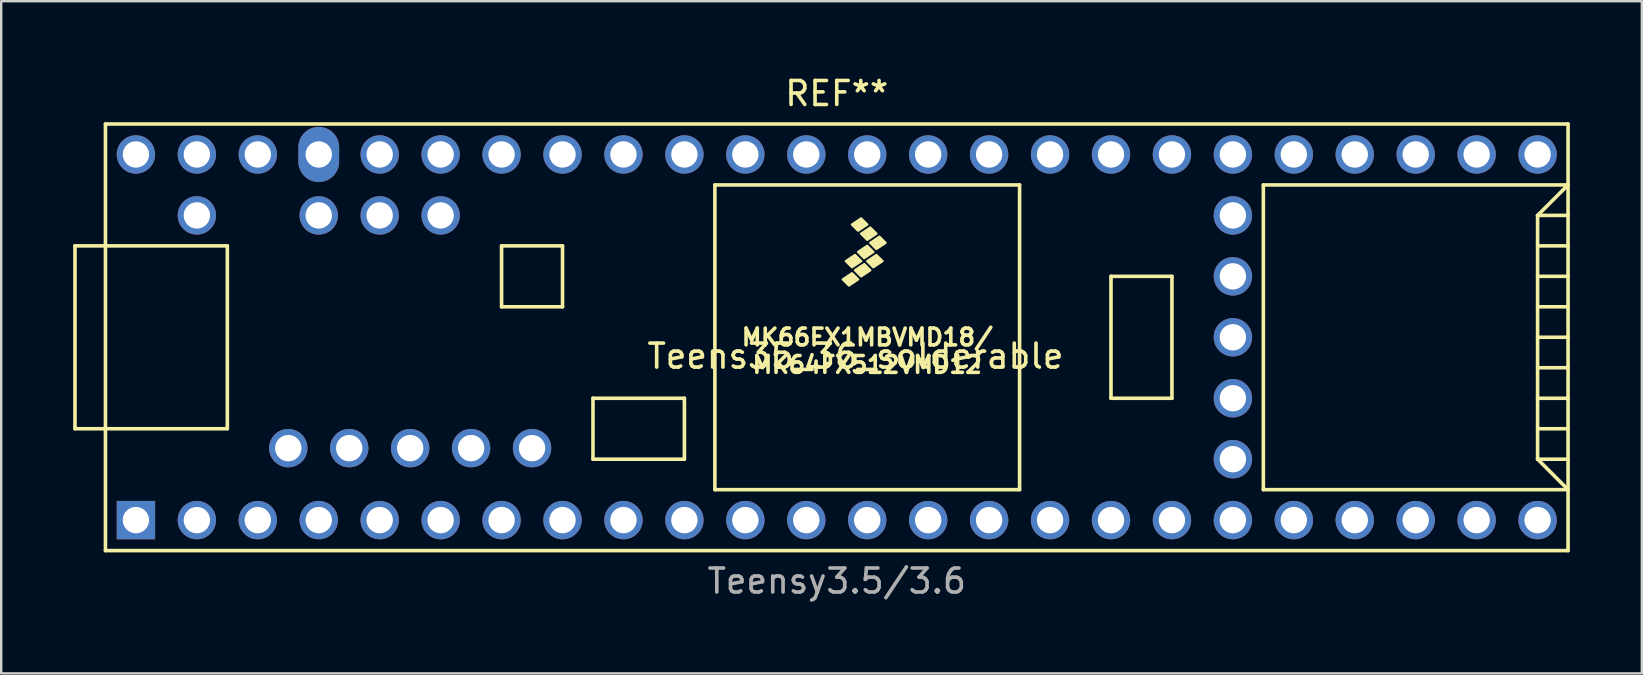
<source format=kicad_pcb>
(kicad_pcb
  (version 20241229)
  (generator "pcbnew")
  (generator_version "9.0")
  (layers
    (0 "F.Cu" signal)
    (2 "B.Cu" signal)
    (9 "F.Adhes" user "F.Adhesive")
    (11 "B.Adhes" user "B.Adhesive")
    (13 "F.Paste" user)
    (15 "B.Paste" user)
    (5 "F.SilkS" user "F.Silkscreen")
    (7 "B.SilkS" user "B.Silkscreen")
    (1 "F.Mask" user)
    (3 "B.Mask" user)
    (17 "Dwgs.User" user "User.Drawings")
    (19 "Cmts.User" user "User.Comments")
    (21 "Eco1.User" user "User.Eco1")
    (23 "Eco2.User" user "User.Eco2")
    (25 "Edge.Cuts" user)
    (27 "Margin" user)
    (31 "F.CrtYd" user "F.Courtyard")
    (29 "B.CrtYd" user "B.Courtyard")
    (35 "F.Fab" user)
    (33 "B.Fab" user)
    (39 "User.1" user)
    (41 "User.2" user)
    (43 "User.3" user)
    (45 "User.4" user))
  (footprint "Teens35_36_solderable"
    (layer "F.Cu")
    (at 32.605 11.295)
    (property "Reference" "Teens35_36_solderable" (at 0 0.5 0) (layer "F.SilkS") (effects (font (size 1 1) (thickness 0.15))))
    (attr through_hole)
    (fp_line (start -32.53 -4.097) (end -31.26 -4.097) (stroke (width 0.15) (type solid)) (layer "F.SilkS"))
    (fp_line (start -32.53 3.523) (end -32.53 -4.097) (stroke (width 0.15) (type solid)) (layer "F.SilkS"))
    (fp_line (start -31.26 3.523) (end -32.53 3.523) (stroke (width 0.15) (type solid)) (layer "F.SilkS"))
    (fp_line (start -31.26 8.603) (end -31.26 -9.177) (stroke (width 0.15) (type solid)) (layer "F.SilkS"))
    (fp_line (start -31.26 8.603) (end 29.7 8.603) (stroke (width 0.15) (type solid)) (layer "F.SilkS"))
    (fp_line (start -26.18 -4.097) (end -31.26 -4.097) (stroke (width 0.15) (type solid)) (layer "F.SilkS"))
    (fp_line (start -26.18 3.523) (end -31.26 3.523) (stroke (width 0.15) (type solid)) (layer "F.SilkS"))
    (fp_line (start -26.18 3.523) (end -26.18 -4.097) (stroke (width 0.15) (type solid)) (layer "F.SilkS"))
    (fp_line (start -14.75 -4.097) (end -14.75 -1.557) (stroke (width 0.15) (type solid)) (layer "F.SilkS"))
    (fp_line (start -14.75 -1.557) (end -12.21 -1.557) (stroke (width 0.15) (type solid)) (layer "F.SilkS"))
    (fp_line (start -12.21 -4.097) (end -14.75 -4.097) (stroke (width 0.15) (type solid)) (layer "F.SilkS"))
    (fp_line (start -12.21 -1.557) (end -12.21 -4.097) (stroke (width 0.15) (type solid)) (layer "F.SilkS"))
    (fp_line (start -10.94 2.253) (end -7.13 2.253) (stroke (width 0.15) (type solid)) (layer "F.SilkS"))
    (fp_line (start -10.94 4.793) (end -10.94 2.253) (stroke (width 0.15) (type solid)) (layer "F.SilkS"))
    (fp_line (start -7.13 2.253) (end -7.13 4.793) (stroke (width 0.15) (type solid)) (layer "F.SilkS"))
    (fp_line (start -7.13 4.793) (end -10.94 4.793) (stroke (width 0.15) (type solid)) (layer "F.SilkS"))
    (fp_line (start -5.86 -6.637) (end -5.86 6.063) (stroke (width 0.15) (type solid)) (layer "F.SilkS"))
    (fp_line (start -5.86 -6.637) (end 6.84 -6.637) (stroke (width 0.15) (type solid)) (layer "F.SilkS"))
    (fp_line (start -5.86 6.063) (end 6.84 6.063) (stroke (width 0.15) (type solid)) (layer "F.SilkS"))
    (fp_line (start 6.84 6.063) (end 6.84 -6.637) (stroke (width 0.15) (type solid)) (layer "F.SilkS"))
    (fp_line (start 10.65 -2.827) (end 13.19 -2.827) (stroke (width 0.15) (type solid)) (layer "F.SilkS"))
    (fp_line (start 10.65 2.253) (end 10.65 -2.827) (stroke (width 0.15) (type solid)) (layer "F.SilkS"))
    (fp_line (start 13.19 -2.827) (end 13.19 2.253) (stroke (width 0.15) (type solid)) (layer "F.SilkS"))
    (fp_line (start 13.19 2.253) (end 10.65 2.253) (stroke (width 0.15) (type solid)) (layer "F.SilkS"))
    (fp_line (start 17 -6.637) (end 17 6.063) (stroke (width 0.15) (type solid)) (layer "F.SilkS"))
    (fp_line (start 17 6.063) (end 29.7 6.063) (stroke (width 0.15) (type solid)) (layer "F.SilkS"))
    (fp_line (start 28.43 -5.367) (end 29.7 -6.637) (stroke (width 0.15) (type solid)) (layer "F.SilkS"))
    (fp_line (start 28.43 -5.367) (end 29.7 -5.367) (stroke (width 0.15) (type solid)) (layer "F.SilkS"))
    (fp_line (start 28.43 -4.097) (end 29.7 -4.097) (stroke (width 0.15) (type solid)) (layer "F.SilkS"))
    (fp_line (start 28.43 -2.827) (end 29.7 -2.827) (stroke (width 0.15) (type solid)) (layer "F.SilkS"))
    (fp_line (start 28.43 -1.557) (end 29.7 -1.557) (stroke (width 0.15) (type solid)) (layer "F.SilkS"))
    (fp_line (start 28.43 -0.287) (end 29.7 -0.287) (stroke (width 0.15) (type solid)) (layer "F.SilkS"))
    (fp_line (start 28.43 0.983) (end 29.7 0.983) (stroke (width 0.15) (type solid)) (layer "F.SilkS"))
    (fp_line (start 28.43 2.253) (end 29.7 2.253) (stroke (width 0.15) (type solid)) (layer "F.SilkS"))
    (fp_line (start 28.43 3.523) (end 29.7 3.523) (stroke (width 0.15) (type solid)) (layer "F.SilkS"))
    (fp_line (start 28.43 4.793) (end 28.43 -5.367) (stroke (width 0.15) (type solid)) (layer "F.SilkS"))
    (fp_line (start 28.43 4.793) (end 29.7 4.793) (stroke (width 0.15) (type solid)) (layer "F.SilkS"))
    (fp_line (start 29.7 -9.177) (end -31.26 -9.177) (stroke (width 0.15) (type solid)) (layer "F.SilkS"))
    (fp_line (start 29.7 -9.177) (end 29.7 8.603) (stroke (width 0.15) (type solid)) (layer "F.SilkS"))
    (fp_line (start 29.7 -6.637) (end 17 -6.637) (stroke (width 0.15) (type solid)) (layer "F.SilkS"))
    (fp_line (start 29.7 6.063) (end 28.43 4.793) (stroke (width 0.15) (type solid)) (layer "F.SilkS"))
    (fp_poly (pts (xy -0.145 -2.954) (xy 0.109 -2.7) (xy -0.272 -2.446) (xy -0.526 -2.7)) (stroke (width 0.1) (type solid)) (fill yes) (layer "F.SilkS"))
    (fp_poly (pts (xy -0.018 -3.716) (xy 0.236 -3.462) (xy -0.145 -3.208) (xy -0.399 -3.462)) (stroke (width 0.1) (type solid)) (fill yes) (layer "F.SilkS"))
    (fp_poly (pts (xy 0.236 -5.24) (xy 0.49 -4.986) (xy 0.109 -4.732) (xy -0.145 -4.986)) (stroke (width 0.1) (type solid)) (fill yes) (layer "F.SilkS"))
    (fp_poly (pts (xy 0.363 -3.335) (xy 0.617 -3.081) (xy 0.236 -2.827) (xy -0.018 -3.081)) (stroke (width 0.1) (type solid)) (fill yes) (layer "F.SilkS"))
    (fp_poly (pts (xy 0.49 -4.097) (xy 0.744 -3.843) (xy 0.363 -3.589) (xy 0.109 -3.843)) (stroke (width 0.1) (type solid)) (fill yes) (layer "F.SilkS"))
    (fp_poly (pts (xy 0.617 -4.859) (xy 0.871 -4.605) (xy 0.49 -4.351) (xy 0.236 -4.605)) (stroke (width 0.1) (type solid)) (fill yes) (layer "F.SilkS"))
    (fp_poly (pts (xy 0.871 -3.716) (xy 1.125 -3.462) (xy 0.744 -3.208) (xy 0.49 -3.462)) (stroke (width 0.1) (type solid)) (fill yes) (layer "F.SilkS"))
    (fp_poly (pts (xy 0.998 -4.478) (xy 1.252 -4.224) (xy 0.871 -3.97) (xy 0.617 -4.224)) (stroke (width 0.1) (type solid)) (fill yes) (layer "F.SilkS"))
    (fp_text user "MK66FX1MBVMD18/" (at 0.49 -0.287 0) (layer "F.SilkS") (effects (font (size 0.7 0.7) (thickness 0.15))))
    (fp_text user "REF**" (at -0.78 -10.447 0) (layer "F.SilkS") (effects (font (size 1 1) (thickness 0.15))))
    (fp_text user "MK64FX512VMD12" (at 0.49 0.856 0) (layer "F.SilkS") (effects (font (size 0.7 0.7) (thickness 0.15))))
    (fp_text user "Teensy3.5/3.6" (at -0.78 9.873 0) (layer "F.Fab") (effects (font (size 1 1) (thickness 0.15))))
    (pad "1" thru_hole rect (at -29.99 7.333) (size 1.6 1.6) (drill 1.1) (layers "*.Cu" "*.Mask"))
    (pad "2" thru_hole circle (at -27.45 7.333) (size 1.6 1.6) (drill 1.1) (layers "*.Cu" "*.Mask"))
    (pad "3" thru_hole circle (at -24.91 7.333) (size 1.6 1.6) (drill 1.1) (layers "*.Cu" "*.Mask"))
    (pad "4" thru_hole circle (at -22.37 7.333) (size 1.6 1.6) (drill 1.1) (layers "*.Cu" "*.Mask"))
    (pad "5" thru_hole circle (at -19.83 7.333) (size 1.6 1.6) (drill 1.1) (layers "*.Cu" "*.Mask"))
    (pad "6" thru_hole circle (at -17.29 7.333) (size 1.6 1.6) (drill 1.1) (layers "*.Cu" "*.Mask"))
    (pad "7" thru_hole circle (at -14.75 7.333) (size 1.6 1.6) (drill 1.1) (layers "*.Cu" "*.Mask"))
    (pad "8" thru_hole circle (at -12.21 7.333) (size 1.6 1.6) (drill 1.1) (layers "*.Cu" "*.Mask"))
    (pad "9" thru_hole circle (at -9.67 7.333) (size 1.6 1.6) (drill 1.1) (layers "*.Cu" "*.Mask"))
    (pad "10" thru_hole circle (at -7.13 7.333) (size 1.6 1.6) (drill 1.1) (layers "*.Cu" "*.Mask"))
    (pad "11" thru_hole circle (at -4.59 7.333) (size 1.6 1.6) (drill 1.1) (layers "*.Cu" "*.Mask"))
    (pad "12" thru_hole circle (at -2.05 7.333) (size 1.6 1.6) (drill 1.1) (layers "*.Cu" "*.Mask"))
    (pad "13" thru_hole circle (at 0.49 7.333) (size 1.6 1.6) (drill 1.1) (layers "*.Cu" "*.Mask"))
    (pad "14" thru_hole circle (at 3.03 7.333) (size 1.6 1.6) (drill 1.1) (layers "*.Cu" "*.Mask"))
    (pad "15" thru_hole circle (at 5.57 7.333) (size 1.6 1.6) (drill 1.1) (layers "*.Cu" "*.Mask"))
    (pad "16" thru_hole circle (at 8.11 7.333) (size 1.6 1.6) (drill 1.1) (layers "*.Cu" "*.Mask"))
    (pad "17" thru_hole circle (at 10.65 7.333) (size 1.6 1.6) (drill 1.1) (layers "*.Cu" "*.Mask"))
    (pad "18" thru_hole circle (at 13.19 7.333) (size 1.6 1.6) (drill 1.1) (layers "*.Cu" "*.Mask"))
    (pad "19" thru_hole circle (at 15.73 7.333) (size 1.6 1.6) (drill 1.1) (layers "*.Cu" "*.Mask"))
    (pad "20" thru_hole circle (at 18.27 7.333) (size 1.6 1.6) (drill 1.1) (layers "*.Cu" "*.Mask"))
    (pad "21" thru_hole circle (at 20.81 7.333) (size 1.6 1.6) (drill 1.1) (layers "*.Cu" "*.Mask"))
    (pad "22" thru_hole circle (at 23.35 7.333) (size 1.6 1.6) (drill 1.1) (layers "*.Cu" "*.Mask"))
    (pad "23" thru_hole circle (at 25.89 7.333) (size 1.6 1.6) (drill 1.1) (layers "*.Cu" "*.Mask"))
    (pad "24" thru_hole circle (at 28.43 7.333) (size 1.6 1.6) (drill 1.1) (layers "*.Cu" "*.Mask"))
    (pad "25" thru_hole circle (at 15.73 4.793) (size 1.6 1.6) (drill 1.1) (layers "*.Cu" "*.Mask"))
    (pad "26" thru_hole circle (at 15.73 2.253) (size 1.6 1.6) (drill 1.1) (layers "*.Cu" "*.Mask"))
    (pad "27" thru_hole circle (at 15.73 -0.287) (size 1.6 1.6) (drill 1.1) (layers "*.Cu" "*.Mask"))
    (pad "28" thru_hole circle (at 15.73 -2.827) (size 1.6 1.6) (drill 1.1) (layers "*.Cu" "*.Mask"))
    (pad "29" thru_hole circle (at 15.73 -5.367) (size 1.6 1.6) (drill 1.1) (layers "*.Cu" "*.Mask"))
    (pad "30" thru_hole circle (at 28.43 -7.907) (size 1.6 1.6) (drill 1.1) (layers "*.Cu" "*.Mask"))
    (pad "31" thru_hole circle (at 25.89 -7.907) (size 1.6 1.6) (drill 1.1) (layers "*.Cu" "*.Mask"))
    (pad "32" thru_hole circle (at 23.35 -7.907) (size 1.6 1.6) (drill 1.1) (layers "*.Cu" "*.Mask"))
    (pad "33" thru_hole circle (at 20.81 -7.907) (size 1.6 1.6) (drill 1.1) (layers "*.Cu" "*.Mask"))
    (pad "34" thru_hole circle (at 18.27 -7.907) (size 1.6 1.6) (drill 1.1) (layers "*.Cu" "*.Mask"))
    (pad "35" thru_hole circle (at 15.73 -7.907) (size 1.6 1.6) (drill 1.1) (layers "*.Cu" "*.Mask"))
    (pad "36" thru_hole circle (at 13.19 -7.907) (size 1.6 1.6) (drill 1.1) (layers "*.Cu" "*.Mask"))
    (pad "37" thru_hole circle (at 10.65 -7.907) (size 1.6 1.6) (drill 1.1) (layers "*.Cu" "*.Mask"))
    (pad "38" thru_hole circle (at 8.11 -7.907) (size 1.6 1.6) (drill 1.1) (layers "*.Cu" "*.Mask"))
    (pad "39" thru_hole circle (at 5.57 -7.907) (size 1.6 1.6) (drill 1.1) (layers "*.Cu" "*.Mask"))
    (pad "40" thru_hole circle (at 3.03 -7.907) (size 1.6 1.6) (drill 1.1) (layers "*.Cu" "*.Mask"))
    (pad "41" thru_hole circle (at 0.49 -7.907) (size 1.6 1.6) (drill 1.1) (layers "*.Cu" "*.Mask"))
    (pad "42" thru_hole circle (at -2.05 -7.907) (size 1.6 1.6) (drill 1.1) (layers "*.Cu" "*.Mask"))
    (pad "43" thru_hole circle (at -4.59 -7.907) (size 1.6 1.6) (drill 1.1) (layers "*.Cu" "*.Mask"))
    (pad "44" thru_hole circle (at -7.13 -7.907) (size 1.6 1.6) (drill 1.1) (layers "*.Cu" "*.Mask"))
    (pad "45" thru_hole circle (at -9.67 -7.907) (size 1.6 1.6) (drill 1.1) (layers "*.Cu" "*.Mask"))
    (pad "46" thru_hole circle (at -12.21 -7.907) (size 1.6 1.6) (drill 1.1) (layers "*.Cu" "*.Mask"))
    (pad "47" thru_hole circle (at -14.75 -7.907) (size 1.6 1.6) (drill 1.1) (layers "*.Cu" "*.Mask"))
    (pad "48" thru_hole circle (at -17.29 -7.907) (size 1.6 1.6) (drill 1.1) (layers "*.Cu" "*.Mask"))
    (pad "49" thru_hole circle (at -19.83 -7.907) (size 1.6 1.6) (drill 1.1) (layers "*.Cu" "*.Mask"))
    (pad "50" thru_hole oval (at -22.37 -7.907) (size 1.7 2.3) (drill 1.1) (layers "*.Cu" "*.Mask"))
    (pad "51" thru_hole circle (at -24.91 -7.907) (size 1.6 1.6) (drill 1.1) (layers "*.Cu" "*.Mask"))
    (pad "52" thru_hole circle (at -27.45 -7.907) (size 1.6 1.6) (drill 1.1) (layers "*.Cu" "*.Mask"))
    (pad "53" thru_hole circle (at -29.99 -7.907) (size 1.6 1.6) (drill 1.1) (layers "*.Cu" "*.Mask"))
    (pad "54" thru_hole circle (at -27.45 -5.367) (size 1.6 1.6) (drill 1.1) (layers "*.Cu" "*.Mask"))
    (pad "55" thru_hole circle (at -22.37 -5.367) (size 1.6 1.6) (drill 1.1) (layers "*.Cu" "*.Mask"))
    (pad "56" thru_hole circle (at -19.83 -5.367) (size 1.6 1.6) (drill 1.1) (layers "*.Cu" "*.Mask"))
    (pad "57" thru_hole circle (at -17.29 -5.367) (size 1.6 1.6) (drill 1.1) (layers "*.Cu" "*.Mask"))
    (pad "58" thru_hole circle (at -23.64 4.333) (size 1.6 1.6) (drill 1.1) (layers "*.Cu" "*.Mask"))
    (pad "59" thru_hole circle (at -21.1 4.333) (size 1.6 1.6) (drill 1.1) (layers "*.Cu" "*.Mask"))
    (pad "60" thru_hole circle (at -18.56 4.333) (size 1.6 1.6) (drill 1.1) (layers "*.Cu" "*.Mask"))
    (pad "61" thru_hole circle (at -16.02 4.333) (size 1.6 1.6) (drill 1.1) (layers "*.Cu" "*.Mask"))
    (pad "62" thru_hole circle (at -13.48 4.333) (size 1.6 1.6) (drill 1.1) (layers "*.Cu" "*.Mask")))
  (gr_rect
    (start -3 -3)
    (end 65.38 25.017)
    (stroke (width 0.1) (type default))
    (fill no)
    (layer "Edge.Cuts")))
</source>
